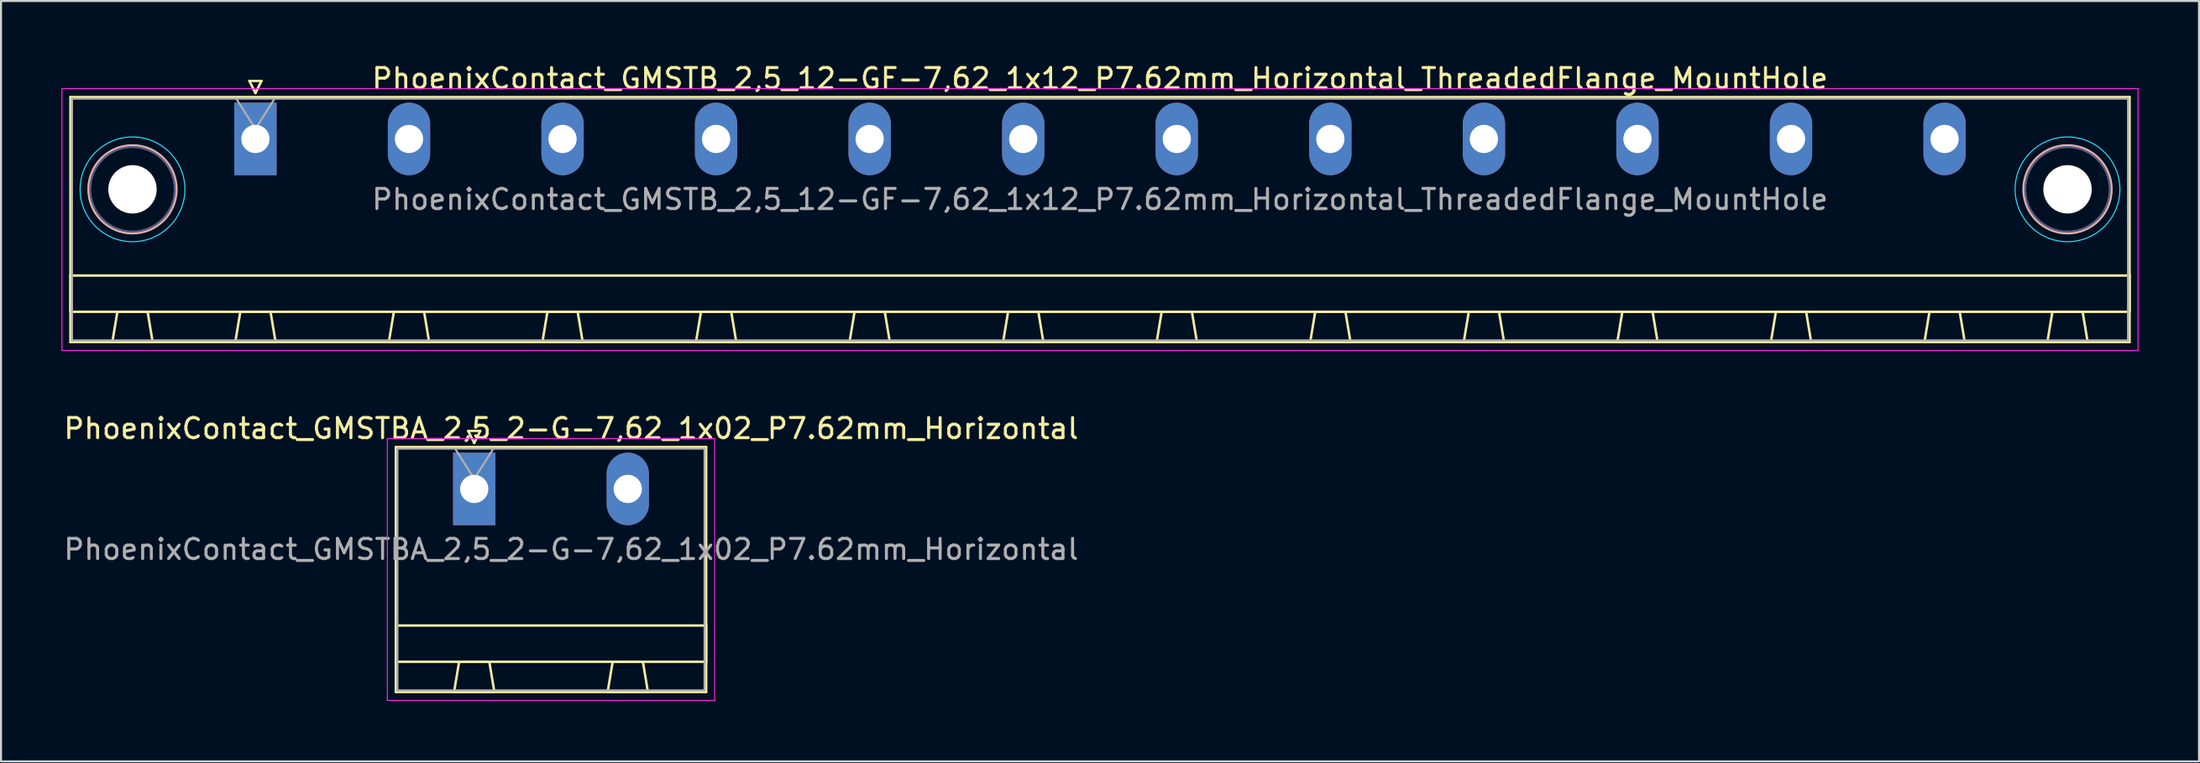
<source format=kicad_pcb>
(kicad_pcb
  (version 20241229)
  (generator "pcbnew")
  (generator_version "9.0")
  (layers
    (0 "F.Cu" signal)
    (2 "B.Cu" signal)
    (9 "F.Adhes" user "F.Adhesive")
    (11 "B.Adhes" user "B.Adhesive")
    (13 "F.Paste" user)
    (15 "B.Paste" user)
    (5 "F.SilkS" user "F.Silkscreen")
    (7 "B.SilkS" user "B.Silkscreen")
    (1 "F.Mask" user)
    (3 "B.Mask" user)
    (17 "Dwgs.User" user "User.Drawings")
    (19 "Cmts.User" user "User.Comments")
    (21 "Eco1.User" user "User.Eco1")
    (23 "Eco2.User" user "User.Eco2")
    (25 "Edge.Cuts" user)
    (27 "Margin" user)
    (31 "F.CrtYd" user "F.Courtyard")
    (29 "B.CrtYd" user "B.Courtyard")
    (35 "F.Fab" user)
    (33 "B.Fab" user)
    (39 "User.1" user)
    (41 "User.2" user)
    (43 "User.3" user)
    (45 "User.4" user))
  (footprint "PhoenixContact_GMSTB_2,5_12-GF-7,62_1x12_P7.62mm_Horizontal_ThreadedFlange_MountHole"
    (layer "F.Cu")
    (at 9.625 3.848)
    (property "Reference" "PhoenixContact_GMSTB_2,5_12-GF-7,62_1x12_P7.62mm_Horizontal_ThreadedFlange_MountHole" (at 41.91 -3 0) (layer "F.SilkS") (effects (font (size 1 1) (thickness 0.15))))
    (attr through_hole)
    (fp_line (start -9.18 -2.08) (end -9.18 10.08) (stroke (width 0.12) (type solid)) (layer "F.SilkS"))
    (fp_line (start -9.18 6.78) (end 93 6.78) (stroke (width 0.12) (type solid)) (layer "F.SilkS"))
    (fp_line (start -9.18 8.58) (end -9.18 6.78) (stroke (width 0.12) (type solid)) (layer "F.SilkS"))
    (fp_line (start -9.18 10.08) (end 93 10.08) (stroke (width 0.12) (type solid)) (layer "F.SilkS"))
    (fp_line (start -7.1 10.08) (end -5.1 10.08) (stroke (width 0.12) (type solid)) (layer "F.SilkS"))
    (fp_line (start -6.85 8.58) (end -7.1 10.08) (stroke (width 0.12) (type solid)) (layer "F.SilkS"))
    (fp_line (start -5.35 8.58) (end -6.85 8.58) (stroke (width 0.12) (type solid)) (layer "F.SilkS"))
    (fp_line (start -5.1 10.08) (end -5.35 8.58) (stroke (width 0.12) (type solid)) (layer "F.SilkS"))
    (fp_line (start -1 10.08) (end 1 10.08) (stroke (width 0.12) (type solid)) (layer "F.SilkS"))
    (fp_line (start -0.75 8.58) (end -1 10.08) (stroke (width 0.12) (type solid)) (layer "F.SilkS"))
    (fp_line (start -0.3 -2.88) (end 0.3 -2.88) (stroke (width 0.12) (type solid)) (layer "F.SilkS"))
    (fp_line (start 0 -2.28) (end -0.3 -2.88) (stroke (width 0.12) (type solid)) (layer "F.SilkS"))
    (fp_line (start 0.3 -2.88) (end 0 -2.28) (stroke (width 0.12) (type solid)) (layer "F.SilkS"))
    (fp_line (start 0.75 8.58) (end -0.75 8.58) (stroke (width 0.12) (type solid)) (layer "F.SilkS"))
    (fp_line (start 1 10.08) (end 0.75 8.58) (stroke (width 0.12) (type solid)) (layer "F.SilkS"))
    (fp_line (start 6.62 10.08) (end 8.62 10.08) (stroke (width 0.12) (type solid)) (layer "F.SilkS"))
    (fp_line (start 6.87 8.58) (end 6.62 10.08) (stroke (width 0.12) (type solid)) (layer "F.SilkS"))
    (fp_line (start 8.37 8.58) (end 6.87 8.58) (stroke (width 0.12) (type solid)) (layer "F.SilkS"))
    (fp_line (start 8.62 10.08) (end 8.37 8.58) (stroke (width 0.12) (type solid)) (layer "F.SilkS"))
    (fp_line (start 14.24 10.08) (end 16.24 10.08) (stroke (width 0.12) (type solid)) (layer "F.SilkS"))
    (fp_line (start 14.49 8.58) (end 14.24 10.08) (stroke (width 0.12) (type solid)) (layer "F.SilkS"))
    (fp_line (start 15.99 8.58) (end 14.49 8.58) (stroke (width 0.12) (type solid)) (layer "F.SilkS"))
    (fp_line (start 16.24 10.08) (end 15.99 8.58) (stroke (width 0.12) (type solid)) (layer "F.SilkS"))
    (fp_line (start 21.86 10.08) (end 23.86 10.08) (stroke (width 0.12) (type solid)) (layer "F.SilkS"))
    (fp_line (start 22.11 8.58) (end 21.86 10.08) (stroke (width 0.12) (type solid)) (layer "F.SilkS"))
    (fp_line (start 23.61 8.58) (end 22.11 8.58) (stroke (width 0.12) (type solid)) (layer "F.SilkS"))
    (fp_line (start 23.86 10.08) (end 23.61 8.58) (stroke (width 0.12) (type solid)) (layer "F.SilkS"))
    (fp_line (start 29.48 10.08) (end 31.48 10.08) (stroke (width 0.12) (type solid)) (layer "F.SilkS"))
    (fp_line (start 29.73 8.58) (end 29.48 10.08) (stroke (width 0.12) (type solid)) (layer "F.SilkS"))
    (fp_line (start 31.23 8.58) (end 29.73 8.58) (stroke (width 0.12) (type solid)) (layer "F.SilkS"))
    (fp_line (start 31.48 10.08) (end 31.23 8.58) (stroke (width 0.12) (type solid)) (layer "F.SilkS"))
    (fp_line (start 37.1 10.08) (end 39.1 10.08) (stroke (width 0.12) (type solid)) (layer "F.SilkS"))
    (fp_line (start 37.35 8.58) (end 37.1 10.08) (stroke (width 0.12) (type solid)) (layer "F.SilkS"))
    (fp_line (start 38.85 8.58) (end 37.35 8.58) (stroke (width 0.12) (type solid)) (layer "F.SilkS"))
    (fp_line (start 39.1 10.08) (end 38.85 8.58) (stroke (width 0.12) (type solid)) (layer "F.SilkS"))
    (fp_line (start 44.72 10.08) (end 46.72 10.08) (stroke (width 0.12) (type solid)) (layer "F.SilkS"))
    (fp_line (start 44.97 8.58) (end 44.72 10.08) (stroke (width 0.12) (type solid)) (layer "F.SilkS"))
    (fp_line (start 46.47 8.58) (end 44.97 8.58) (stroke (width 0.12) (type solid)) (layer "F.SilkS"))
    (fp_line (start 46.72 10.08) (end 46.47 8.58) (stroke (width 0.12) (type solid)) (layer "F.SilkS"))
    (fp_line (start 52.34 10.08) (end 54.34 10.08) (stroke (width 0.12) (type solid)) (layer "F.SilkS"))
    (fp_line (start 52.59 8.58) (end 52.34 10.08) (stroke (width 0.12) (type solid)) (layer "F.SilkS"))
    (fp_line (start 54.09 8.58) (end 52.59 8.58) (stroke (width 0.12) (type solid)) (layer "F.SilkS"))
    (fp_line (start 54.34 10.08) (end 54.09 8.58) (stroke (width 0.12) (type solid)) (layer "F.SilkS"))
    (fp_line (start 59.96 10.08) (end 61.96 10.08) (stroke (width 0.12) (type solid)) (layer "F.SilkS"))
    (fp_line (start 60.21 8.58) (end 59.96 10.08) (stroke (width 0.12) (type solid)) (layer "F.SilkS"))
    (fp_line (start 61.71 8.58) (end 60.21 8.58) (stroke (width 0.12) (type solid)) (layer "F.SilkS"))
    (fp_line (start 61.96 10.08) (end 61.71 8.58) (stroke (width 0.12) (type solid)) (layer "F.SilkS"))
    (fp_line (start 67.58 10.08) (end 69.58 10.08) (stroke (width 0.12) (type solid)) (layer "F.SilkS"))
    (fp_line (start 67.83 8.58) (end 67.58 10.08) (stroke (width 0.12) (type solid)) (layer "F.SilkS"))
    (fp_line (start 69.33 8.58) (end 67.83 8.58) (stroke (width 0.12) (type solid)) (layer "F.SilkS"))
    (fp_line (start 69.58 10.08) (end 69.33 8.58) (stroke (width 0.12) (type solid)) (layer "F.SilkS"))
    (fp_line (start 75.2 10.08) (end 77.2 10.08) (stroke (width 0.12) (type solid)) (layer "F.SilkS"))
    (fp_line (start 75.45 8.58) (end 75.2 10.08) (stroke (width 0.12) (type solid)) (layer "F.SilkS"))
    (fp_line (start 76.95 8.58) (end 75.45 8.58) (stroke (width 0.12) (type solid)) (layer "F.SilkS"))
    (fp_line (start 77.2 10.08) (end 76.95 8.58) (stroke (width 0.12) (type solid)) (layer "F.SilkS"))
    (fp_line (start 82.82 10.08) (end 84.82 10.08) (stroke (width 0.12) (type solid)) (layer "F.SilkS"))
    (fp_line (start 83.07 8.58) (end 82.82 10.08) (stroke (width 0.12) (type solid)) (layer "F.SilkS"))
    (fp_line (start 84.57 8.58) (end 83.07 8.58) (stroke (width 0.12) (type solid)) (layer "F.SilkS"))
    (fp_line (start 84.82 10.08) (end 84.57 8.58) (stroke (width 0.12) (type solid)) (layer "F.SilkS"))
    (fp_line (start 88.92 10.08) (end 90.92 10.08) (stroke (width 0.12) (type solid)) (layer "F.SilkS"))
    (fp_line (start 89.17 8.58) (end 88.92 10.08) (stroke (width 0.12) (type solid)) (layer "F.SilkS"))
    (fp_line (start 90.67 8.58) (end 89.17 8.58) (stroke (width 0.12) (type solid)) (layer "F.SilkS"))
    (fp_line (start 90.92 10.08) (end 90.67 8.58) (stroke (width 0.12) (type solid)) (layer "F.SilkS"))
    (fp_line (start 93 -2.08) (end -9.18 -2.08) (stroke (width 0.12) (type solid)) (layer "F.SilkS"))
    (fp_line (start 93 6.78) (end 93 8.58) (stroke (width 0.12) (type solid)) (layer "F.SilkS"))
    (fp_line (start 93 8.58) (end -9.18 8.58) (stroke (width 0.12) (type solid)) (layer "F.SilkS"))
    (fp_line (start 93 10.08) (end 93 -2.08) (stroke (width 0.12) (type solid)) (layer "F.SilkS"))
    (fp_circle (center -6.1 2.5) (end -3.92 2.5) (stroke (width 0.12) (type solid)) (fill no) (layer "B.SilkS"))
    (fp_circle (center 89.92 2.5) (end 92.1 2.5) (stroke (width 0.12) (type solid)) (fill no) (layer "B.SilkS"))
    (fp_circle (center -6.1 2.5) (end -3.5 2.5) (stroke (width 0.05) (type solid)) (fill no) (layer "B.CrtYd"))
    (fp_circle (center 89.92 2.5) (end 92.52 2.5) (stroke (width 0.05) (type solid)) (fill no) (layer "B.CrtYd"))
    (fp_line (start -9.6 -2.5) (end -9.6 10.5) (stroke (width 0.05) (type solid)) (layer "F.CrtYd"))
    (fp_line (start -9.6 10.5) (end 93.42 10.5) (stroke (width 0.05) (type solid)) (layer "F.CrtYd"))
    (fp_line (start 93.42 -2.5) (end -9.6 -2.5) (stroke (width 0.05) (type solid)) (layer "F.CrtYd"))
    (fp_line (start 93.42 10.5) (end 93.42 -2.5) (stroke (width 0.05) (type solid)) (layer "F.CrtYd"))
    (fp_circle (center -6.1 2.5) (end -4 2.5) (stroke (width 0.1) (type solid)) (fill no) (layer "B.Fab"))
    (fp_circle (center 89.92 2.5) (end 92.02 2.5) (stroke (width 0.1) (type solid)) (fill no) (layer "B.Fab"))
    (fp_line (start -9.1 -2) (end -9.1 10) (stroke (width 0.1) (type solid)) (layer "F.Fab"))
    (fp_line (start -9.1 10) (end 92.92 10) (stroke (width 0.1) (type solid)) (layer "F.Fab"))
    (fp_line (start 0 -0.5) (end -0.95 -2) (stroke (width 0.1) (type solid)) (layer "F.Fab"))
    (fp_line (start 0.95 -2) (end 0 -0.5) (stroke (width 0.1) (type solid)) (layer "F.Fab"))
    (fp_line (start 92.92 -2) (end -9.1 -2) (stroke (width 0.1) (type solid)) (layer "F.Fab"))
    (fp_line (start 92.92 10) (end 92.92 -2) (stroke (width 0.1) (type solid)) (layer "F.Fab"))
    (fp_text user "${REFERENCE}" (at 41.91 3 0) (layer "F.Fab") (effects (font (size 1 1) (thickness 0.15))))
    (pad "" np_thru_hole circle (at -6.1 2.5) (size 2.4 2.4) (drill 2.4) (layers "*.Cu" "*.Mask"))
    (pad "" np_thru_hole circle (at 89.92 2.5) (size 2.4 2.4) (drill 2.4) (layers "*.Cu" "*.Mask"))
    (pad "1" thru_hole rect (at 0 0) (size 2.1 3.6) (drill 1.4) (layers "*.Cu" "*.Mask"))
    (pad "2" thru_hole oval (at 7.62 0) (size 2.1 3.6) (drill 1.4) (layers "*.Cu" "*.Mask"))
    (pad "3" thru_hole oval (at 15.24 0) (size 2.1 3.6) (drill 1.4) (layers "*.Cu" "*.Mask"))
    (pad "4" thru_hole oval (at 22.86 0) (size 2.1 3.6) (drill 1.4) (layers "*.Cu" "*.Mask"))
    (pad "5" thru_hole oval (at 30.48 0) (size 2.1 3.6) (drill 1.4) (layers "*.Cu" "*.Mask"))
    (pad "6" thru_hole oval (at 38.1 0) (size 2.1 3.6) (drill 1.4) (layers "*.Cu" "*.Mask"))
    (pad "7" thru_hole oval (at 45.72 0) (size 2.1 3.6) (drill 1.4) (layers "*.Cu" "*.Mask"))
    (pad "8" thru_hole oval (at 53.34 0) (size 2.1 3.6) (drill 1.4) (layers "*.Cu" "*.Mask"))
    (pad "9" thru_hole oval (at 60.96 0) (size 2.1 3.6) (drill 1.4) (layers "*.Cu" "*.Mask"))
    (pad "10" thru_hole oval (at 68.58 0) (size 2.1 3.6) (drill 1.4) (layers "*.Cu" "*.Mask"))
    (pad "11" thru_hole oval (at 76.2 0) (size 2.1 3.6) (drill 1.4) (layers "*.Cu" "*.Mask"))
    (pad "12" thru_hole oval (at 83.82 0) (size 2.1 3.6) (drill 1.4) (layers "*.Cu" "*.Mask")))
  (footprint "PhoenixContact_GMSTBA_2,5_2-G-7,62_1x02_P7.62mm_Horizontal"
    (layer "F.Cu")
    (at 20.482 21.221)
    (property "Reference" "PhoenixContact_GMSTBA_2,5_2-G-7,62_1x02_P7.62mm_Horizontal" (at 4.81 -3 0) (layer "F.SilkS") (effects (font (size 1 1) (thickness 0.15))))
    (attr through_hole)
    (fp_line (start -3.89 -2.08) (end -3.89 10.08) (stroke (width 0.12) (type solid)) (layer "F.SilkS"))
    (fp_line (start -3.89 6.78) (end 11.51 6.78) (stroke (width 0.12) (type solid)) (layer "F.SilkS"))
    (fp_line (start -3.89 8.58) (end -3.89 6.78) (stroke (width 0.12) (type solid)) (layer "F.SilkS"))
    (fp_line (start -3.89 10.08) (end 11.51 10.08) (stroke (width 0.12) (type solid)) (layer "F.SilkS"))
    (fp_line (start -1 10.08) (end 1 10.08) (stroke (width 0.12) (type solid)) (layer "F.SilkS"))
    (fp_line (start -0.75 8.58) (end -1 10.08) (stroke (width 0.12) (type solid)) (layer "F.SilkS"))
    (fp_line (start -0.3 -2.88) (end 0.3 -2.88) (stroke (width 0.12) (type solid)) (layer "F.SilkS"))
    (fp_line (start 0 -2.28) (end -0.3 -2.88) (stroke (width 0.12) (type solid)) (layer "F.SilkS"))
    (fp_line (start 0.3 -2.88) (end 0 -2.28) (stroke (width 0.12) (type solid)) (layer "F.SilkS"))
    (fp_line (start 0.75 8.58) (end -0.75 8.58) (stroke (width 0.12) (type solid)) (layer "F.SilkS"))
    (fp_line (start 1 10.08) (end 0.75 8.58) (stroke (width 0.12) (type solid)) (layer "F.SilkS"))
    (fp_line (start 6.62 10.08) (end 8.62 10.08) (stroke (width 0.12) (type solid)) (layer "F.SilkS"))
    (fp_line (start 6.87 8.58) (end 6.62 10.08) (stroke (width 0.12) (type solid)) (layer "F.SilkS"))
    (fp_line (start 8.37 8.58) (end 6.87 8.58) (stroke (width 0.12) (type solid)) (layer "F.SilkS"))
    (fp_line (start 8.62 10.08) (end 8.37 8.58) (stroke (width 0.12) (type solid)) (layer "F.SilkS"))
    (fp_line (start 11.51 -2.08) (end -3.89 -2.08) (stroke (width 0.12) (type solid)) (layer "F.SilkS"))
    (fp_line (start 11.51 6.78) (end 11.51 8.58) (stroke (width 0.12) (type solid)) (layer "F.SilkS"))
    (fp_line (start 11.51 8.58) (end -3.89 8.58) (stroke (width 0.12) (type solid)) (layer "F.SilkS"))
    (fp_line (start 11.51 10.08) (end 11.51 -2.08) (stroke (width 0.12) (type solid)) (layer "F.SilkS"))
    (fp_line (start -4.31 -2.5) (end -4.31 10.5) (stroke (width 0.05) (type solid)) (layer "F.CrtYd"))
    (fp_line (start -4.31 10.5) (end 11.93 10.5) (stroke (width 0.05) (type solid)) (layer "F.CrtYd"))
    (fp_line (start 11.93 -2.5) (end -4.31 -2.5) (stroke (width 0.05) (type solid)) (layer "F.CrtYd"))
    (fp_line (start 11.93 10.5) (end 11.93 -2.5) (stroke (width 0.05) (type solid)) (layer "F.CrtYd"))
    (fp_line (start -3.81 -2) (end -3.81 10) (stroke (width 0.1) (type solid)) (layer "F.Fab"))
    (fp_line (start -3.81 10) (end 11.43 10) (stroke (width 0.1) (type solid)) (layer "F.Fab"))
    (fp_line (start 0 -0.5) (end -0.95 -2) (stroke (width 0.1) (type solid)) (layer "F.Fab"))
    (fp_line (start 0.95 -2) (end 0 -0.5) (stroke (width 0.1) (type solid)) (layer "F.Fab"))
    (fp_line (start 11.43 -2) (end -3.81 -2) (stroke (width 0.1) (type solid)) (layer "F.Fab"))
    (fp_line (start 11.43 10) (end 11.43 -2) (stroke (width 0.1) (type solid)) (layer "F.Fab"))
    (fp_text user "${REFERENCE}" (at 4.81 3 0) (layer "F.Fab") (effects (font (size 1 1) (thickness 0.15))))
    (pad "1" thru_hole rect (at 0 0) (size 2.1 3.6) (drill 1.4) (layers "*.Cu" "*.Mask"))
    (pad "2" thru_hole oval (at 7.62 0) (size 2.1 3.6) (drill 1.4) (layers "*.Cu" "*.Mask")))
  (gr_rect
    (start -3 -3)
    (end 106.07 34.746)
    (stroke (width 0.1) (type default))
    (fill no)
    (layer "Edge.Cuts")))
</source>
